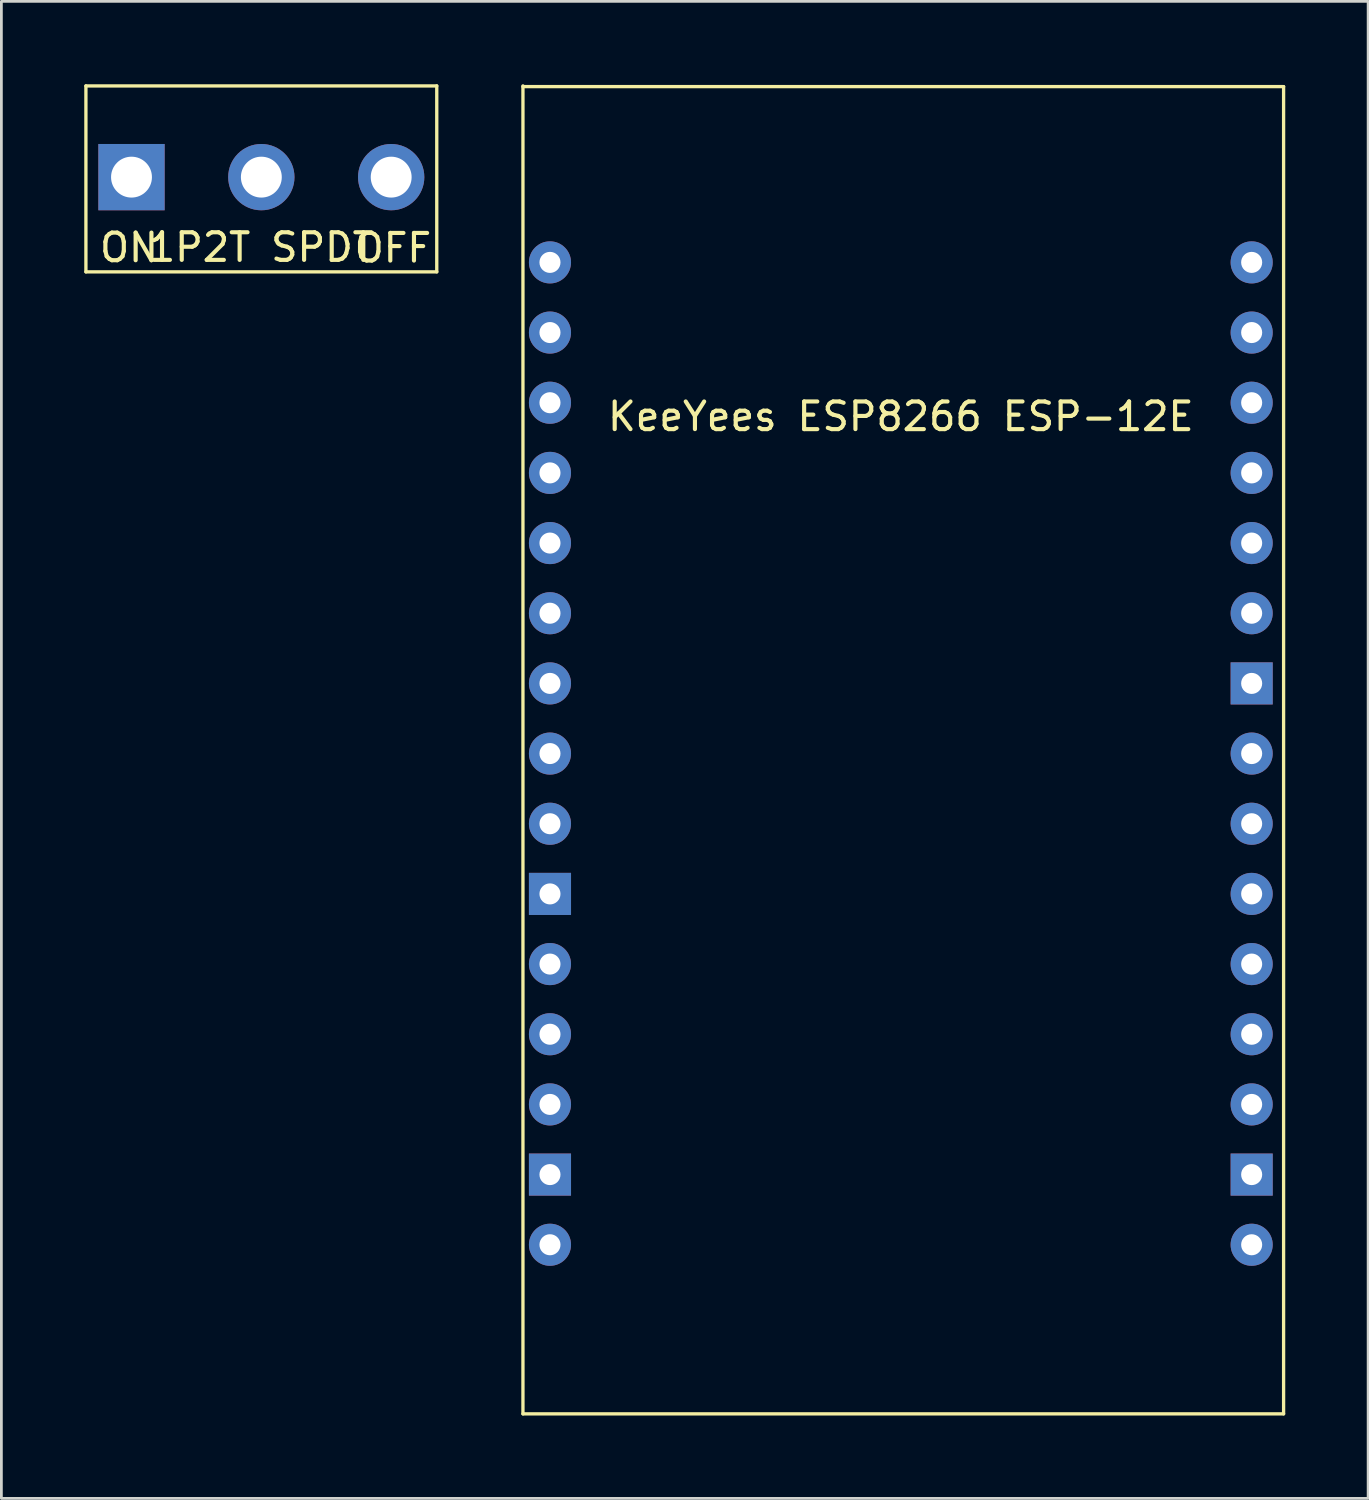
<source format=kicad_pcb>
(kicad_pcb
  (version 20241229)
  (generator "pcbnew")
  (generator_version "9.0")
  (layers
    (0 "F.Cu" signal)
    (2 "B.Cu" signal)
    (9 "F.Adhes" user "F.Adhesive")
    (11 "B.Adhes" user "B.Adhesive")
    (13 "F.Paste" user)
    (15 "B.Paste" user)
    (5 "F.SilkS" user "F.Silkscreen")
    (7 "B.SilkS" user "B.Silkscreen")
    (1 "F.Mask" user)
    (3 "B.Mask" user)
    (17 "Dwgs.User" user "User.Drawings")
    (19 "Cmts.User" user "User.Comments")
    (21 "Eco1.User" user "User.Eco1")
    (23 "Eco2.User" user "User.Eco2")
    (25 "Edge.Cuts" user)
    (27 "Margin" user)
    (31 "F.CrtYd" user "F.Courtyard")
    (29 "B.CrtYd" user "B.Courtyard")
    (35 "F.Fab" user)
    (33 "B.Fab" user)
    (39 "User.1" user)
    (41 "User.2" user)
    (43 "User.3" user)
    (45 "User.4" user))
  (footprint "KeeYees ESP8266 ESP-12E"
    (layer "F.Cu")
    (at 16.858 6.448)
    (property "Reference" "KeeYees ESP8266 ESP-12E" (at 12.7 5.58 0) (layer "F.SilkS") (effects (font (size 1 1) (thickness 0.15))))
    (attr through_hole)
    (fp_line (start -0.978 -6.388) (end -0.978 41.681) (stroke (width 0.12) (type solid)) (layer "F.SilkS"))
    (fp_line (start -0.978 41.681) (end 26.556 41.681) (stroke (width 0.12) (type solid)) (layer "F.SilkS"))
    (fp_line (start 26.556 -6.363) (end -0.978 -6.363) (stroke (width 0.12) (type solid)) (layer "F.SilkS"))
    (fp_line (start 26.556 41.681) (end 26.556 -6.363) (stroke (width 0.12) (type solid)) (layer "F.SilkS"))
    (pad "1" thru_hole circle (at 0 0) (size 1.524 1.524) (drill 0.762) (layers "*.Cu" "*.Mask"))
    (pad "2" thru_hole circle (at 0 2.54) (size 1.524 1.524) (drill 0.762) (layers "*.Cu" "*.Mask"))
    (pad "3" thru_hole circle (at 0 5.08) (size 1.524 1.524) (drill 0.762) (layers "*.Cu" "*.Mask"))
    (pad "4" thru_hole circle (at 0 7.62) (size 1.524 1.524) (drill 0.762) (layers "*.Cu" "*.Mask"))
    (pad "5" thru_hole circle (at 0 10.16) (size 1.524 1.524) (drill 0.762) (layers "*.Cu" "*.Mask"))
    (pad "6" thru_hole circle (at 0 12.7) (size 1.524 1.524) (drill 0.762) (layers "*.Cu" "*.Mask"))
    (pad "7" thru_hole circle (at 0 15.24) (size 1.524 1.524) (drill 0.762) (layers "*.Cu" "*.Mask"))
    (pad "8" thru_hole circle (at 0 17.78) (size 1.524 1.524) (drill 0.762) (layers "*.Cu" "*.Mask"))
    (pad "9" thru_hole circle (at 0 20.32) (size 1.524 1.524) (drill 0.762) (layers "*.Cu" "*.Mask"))
    (pad "10" thru_hole rect (at 0 22.86) (size 1.524 1.524) (drill 0.762) (layers "*.Cu" "*.Mask"))
    (pad "11" thru_hole circle (at 0 25.4) (size 1.524 1.524) (drill 0.762) (layers "*.Cu" "*.Mask"))
    (pad "12" thru_hole circle (at 0 27.94) (size 1.524 1.524) (drill 0.762) (layers "*.Cu" "*.Mask"))
    (pad "13" thru_hole circle (at 0 30.48) (size 1.524 1.524) (drill 0.762) (layers "*.Cu" "*.Mask"))
    (pad "14" thru_hole rect (at 0 33.02) (size 1.524 1.524) (drill 0.762) (layers "*.Cu" "*.Mask"))
    (pad "15" thru_hole circle (at 0 35.56) (size 1.524 1.524) (drill 0.762) (layers "*.Cu" "*.Mask"))
    (pad "16" thru_hole circle (at 25.4 0) (size 1.524 1.524) (drill 0.762) (layers "*.Cu" "*.Mask"))
    (pad "17" thru_hole circle (at 25.4 2.54) (size 1.524 1.524) (drill 0.762) (layers "*.Cu" "*.Mask"))
    (pad "18" thru_hole circle (at 25.4 5.08) (size 1.524 1.524) (drill 0.762) (layers "*.Cu" "*.Mask"))
    (pad "19" thru_hole circle (at 25.4 7.62) (size 1.524 1.524) (drill 0.762) (layers "*.Cu" "*.Mask"))
    (pad "20" thru_hole circle (at 25.4 10.16) (size 1.524 1.524) (drill 0.762) (layers "*.Cu" "*.Mask"))
    (pad "21" thru_hole circle (at 25.4 12.7) (size 1.524 1.524) (drill 0.762) (layers "*.Cu" "*.Mask"))
    (pad "22" thru_hole rect (at 25.4 15.24) (size 1.524 1.524) (drill 0.762) (layers "*.Cu" "*.Mask"))
    (pad "23" thru_hole circle (at 25.4 17.78) (size 1.524 1.524) (drill 0.762) (layers "*.Cu" "*.Mask"))
    (pad "24" thru_hole circle (at 25.4 20.32) (size 1.524 1.524) (drill 0.762) (layers "*.Cu" "*.Mask"))
    (pad "25" thru_hole circle (at 25.4 22.86) (size 1.524 1.524) (drill 0.762) (layers "*.Cu" "*.Mask"))
    (pad "26" thru_hole circle (at 25.4 25.4) (size 1.524 1.524) (drill 0.762) (layers "*.Cu" "*.Mask"))
    (pad "27" thru_hole circle (at 25.4 27.94) (size 1.524 1.524) (drill 0.762) (layers "*.Cu" "*.Mask"))
    (pad "28" thru_hole circle (at 25.4 30.48) (size 1.524 1.524) (drill 0.762) (layers "*.Cu" "*.Mask"))
    (pad "29" thru_hole rect (at 25.4 33.02) (size 1.524 1.524) (drill 0.762) (layers "*.Cu" "*.Mask"))
    (pad "30" thru_hole circle (at 25.4 35.56) (size 1.524 1.524) (drill 0.762) (layers "*.Cu" "*.Mask")))
  (footprint "1P2T SPDT"
    (layer "F.Cu")
    (at 6.41 3.362)
    (property "Reference" "1P2T SPDT" (at 0 2.54 0) (layer "F.SilkS") (effects (font (size 1 1) (thickness 0.15))))
    (attr through_hole)
    (fp_line (start -6.35 -3.302) (end 6.35 -3.302) (stroke (width 0.12) (type solid)) (layer "F.SilkS"))
    (fp_line (start -6.35 3.429) (end -6.35 -3.302) (stroke (width 0.12) (type solid)) (layer "F.SilkS"))
    (fp_line (start 6.35 -3.302) (end 6.35 3.429) (stroke (width 0.12) (type solid)) (layer "F.SilkS"))
    (fp_line (start 6.35 3.429) (end -6.35 3.429) (stroke (width 0.12) (type solid)) (layer "F.SilkS"))
    (fp_text user "ON" (at -4.788 2.553 0) (layer "F.SilkS") (effects (font (size 1 1) (thickness 0.15))))
    (fp_text user "OFF" (at 4.763 2.565 0) (layer "F.SilkS") (effects (font (size 1 1) (thickness 0.15))))
    (pad "1" thru_hole rect (at -4.7 0) (size 2.4 2.4) (drill 1.48) (layers "*.Cu" "*.Mask"))
    (pad "2" thru_hole circle (at 0 0) (size 2.4 2.4) (drill 1.48) (layers "*.Cu" "*.Mask"))
    (pad "3" thru_hole circle (at 4.7 0) (size 2.4 2.4) (drill 1.48) (layers "*.Cu" "*.Mask")))
  (gr_rect
    (start -3 -3)
    (end 46.474 51.19)
    (stroke (width 0.1) (type default))
    (fill no)
    (layer "Edge.Cuts")))
</source>
